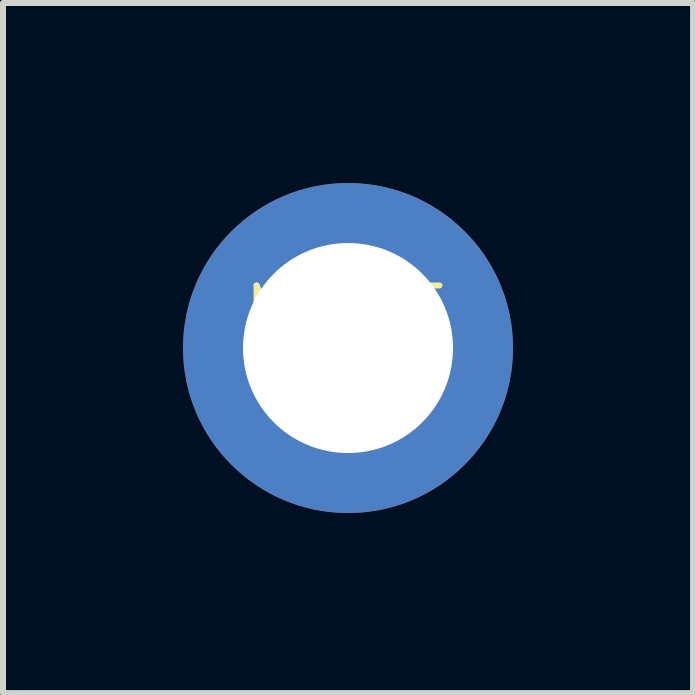
<source format=kicad_pcb>
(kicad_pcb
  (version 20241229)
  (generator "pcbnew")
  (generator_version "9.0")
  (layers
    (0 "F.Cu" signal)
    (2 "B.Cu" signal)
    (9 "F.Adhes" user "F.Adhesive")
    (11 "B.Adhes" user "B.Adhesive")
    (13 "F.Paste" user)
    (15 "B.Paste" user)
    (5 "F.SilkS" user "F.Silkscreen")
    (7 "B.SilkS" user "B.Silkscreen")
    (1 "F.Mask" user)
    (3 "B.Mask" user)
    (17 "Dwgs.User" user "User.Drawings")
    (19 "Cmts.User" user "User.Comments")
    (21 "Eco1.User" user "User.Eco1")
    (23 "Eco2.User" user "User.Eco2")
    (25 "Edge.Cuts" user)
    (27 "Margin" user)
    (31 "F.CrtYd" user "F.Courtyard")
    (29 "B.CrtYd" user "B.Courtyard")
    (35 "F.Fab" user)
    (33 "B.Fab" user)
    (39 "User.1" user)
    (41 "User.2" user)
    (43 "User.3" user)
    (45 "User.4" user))
  (footprint "M3.5"
    (layer "F.Cu")
    (at 2.75 2.75)
    (property "Reference" "M3.5" (at 0 -0.5 0) (unlocked yes) (layer "F.SilkS") (effects (font (size 1 1) (thickness 0.1))))
    (pad "" np_thru_hole circle (at 0 0) (size 5.5 5.5) (drill oval 3.5) (layers "*.Cu" "*.Mask")))
  (gr_rect
    (start -3 -3)
    (end 8.5 8.5)
    (stroke (width 0.1) (type default))
    (fill no)
    (layer "Edge.Cuts")))
</source>
